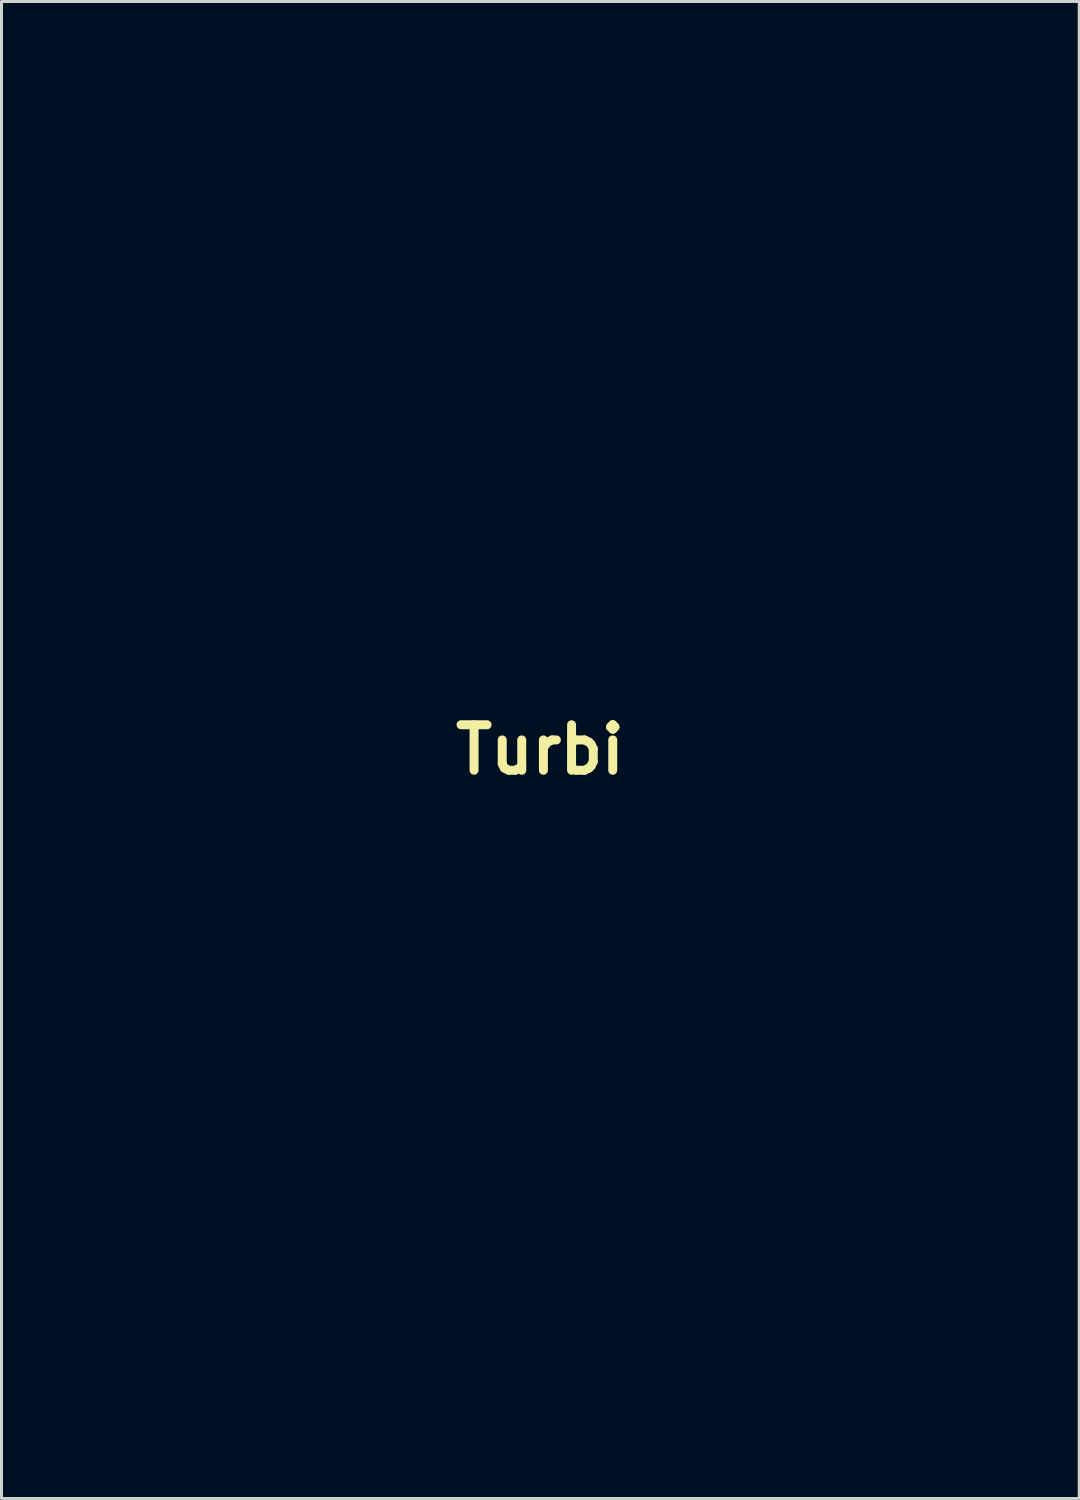
<source format=kicad_pcb>
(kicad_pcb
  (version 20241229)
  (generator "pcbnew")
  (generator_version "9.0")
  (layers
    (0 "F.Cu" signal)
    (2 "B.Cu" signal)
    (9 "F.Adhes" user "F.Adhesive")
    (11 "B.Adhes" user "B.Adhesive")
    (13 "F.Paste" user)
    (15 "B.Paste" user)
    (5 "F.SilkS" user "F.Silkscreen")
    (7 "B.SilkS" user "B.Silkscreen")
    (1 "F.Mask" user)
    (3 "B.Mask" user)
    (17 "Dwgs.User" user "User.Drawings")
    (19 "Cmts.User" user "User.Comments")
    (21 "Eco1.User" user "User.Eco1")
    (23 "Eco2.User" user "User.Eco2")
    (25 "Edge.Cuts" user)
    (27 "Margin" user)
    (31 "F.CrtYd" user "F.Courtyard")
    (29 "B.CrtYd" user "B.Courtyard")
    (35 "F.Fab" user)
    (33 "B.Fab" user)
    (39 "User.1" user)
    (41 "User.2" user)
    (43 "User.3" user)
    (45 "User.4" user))
  (footprint "Turbi"
    (layer "F.Cu")
    (at 15.04 22.057)
    (property "Reference" "Turbi" (at 0 0 0) (layer "F.SilkS") (effects (font (size 1.524 1.524) (thickness 0.3))))
    (attr through_hole)
    (fp_poly (pts (xy -10.596 17.59) (xy -10.375 17.654) (xy -10.171 17.749) (xy -9.986 17.873) (xy -9.822 18.021) (xy -9.682 18.192) (xy -9.566 18.38) (xy -9.478 18.585) (xy -9.42 18.801) (xy -9.394 19.026) (xy -9.401 19.257) (xy -9.445 19.49) (xy -9.526 19.723) (xy -9.574 19.823) (xy -9.695 20.012) (xy -9.851 20.185) (xy -10.035 20.336) (xy -10.242 20.46) (xy -10.441 20.545) (xy -10.553 20.574) (xy -10.692 20.595) (xy -10.844 20.608) (xy -10.995 20.611) (xy -11.131 20.603) (xy -11.187 20.596) (xy -11.414 20.536) (xy -11.629 20.439) (xy -11.829 20.307) (xy -12.007 20.147) (xy -12.159 19.96) (xy -12.281 19.752) (xy -12.356 19.569) (xy -12.414 19.327) (xy -12.429 19.142) (xy -12.352 19.142) (xy -12.341 19.306) (xy -12.316 19.451) (xy -12.302 19.502) (xy -12.209 19.728) (xy -12.084 19.933) (xy -11.932 20.115) (xy -11.755 20.269) (xy -11.559 20.392) (xy -11.347 20.481) (xy -11.124 20.532) (xy -11.123 20.532) (xy -10.971 20.542) (xy -10.805 20.537) (xy -10.641 20.517) (xy -10.498 20.485) (xy -10.471 20.477) (xy -10.239 20.376) (xy -10.032 20.242) (xy -9.852 20.077) (xy -9.701 19.883) (xy -9.581 19.662) (xy -9.521 19.502) (xy -9.49 19.37) (xy -9.474 19.212) (xy -9.471 19.044) (xy -9.482 18.879) (xy -9.506 18.732) (xy -9.52 18.68) (xy -9.599 18.473) (xy -9.704 18.291) (xy -9.84 18.121) (xy -9.894 18.065) (xy -10.055 17.922) (xy -10.22 17.811) (xy -10.405 17.724) (xy -10.488 17.694) (xy -10.559 17.672) (xy -10.625 17.657) (xy -10.699 17.648) (xy -10.793 17.644) (xy -10.911 17.643) (xy -11.034 17.644) (xy -11.127 17.648) (xy -11.2 17.657) (xy -11.267 17.672) (xy -11.335 17.694) (xy -11.532 17.774) (xy -11.704 17.874) (xy -11.864 18.003) (xy -11.929 18.065) (xy -12.077 18.233) (xy -12.192 18.41) (xy -12.278 18.607) (xy -12.303 18.68) (xy -12.333 18.814) (xy -12.349 18.974) (xy -12.352 19.142) (xy -12.429 19.142) (xy -12.433 19.086) (xy -12.415 18.85) (xy -12.361 18.624) (xy -12.274 18.409) (xy -12.157 18.211) (xy -12.011 18.032) (xy -11.839 17.877) (xy -11.644 17.748) (xy -11.427 17.65) (xy -11.191 17.586) (xy -11.079 17.569) (xy -10.831 17.561) (xy -10.596 17.59)) (stroke (width 0.01) (type solid)) (fill yes) (layer "F.Mask"))
    (fp_poly (pts (xy 11.351 17.52) (xy 11.58 17.583) (xy 11.795 17.679) (xy 11.993 17.807) (xy 12.17 17.965) (xy 12.323 18.151) (xy 12.447 18.363) (xy 12.534 18.584) (xy 12.555 18.66) (xy 12.57 18.731) (xy 12.578 18.81) (xy 12.582 18.908) (xy 12.583 19.029) (xy 12.581 19.155) (xy 12.577 19.249) (xy 12.568 19.324) (xy 12.554 19.391) (xy 12.533 19.461) (xy 12.532 19.463) (xy 12.428 19.713) (xy 12.295 19.934) (xy 12.134 20.123) (xy 11.945 20.28) (xy 11.729 20.406) (xy 11.515 20.489) (xy 11.425 20.51) (xy 11.307 20.527) (xy 11.175 20.539) (xy 11.041 20.546) (xy 10.92 20.546) (xy 10.837 20.539) (xy 10.746 20.521) (xy 10.633 20.487) (xy 10.513 20.444) (xy 10.4 20.397) (xy 10.369 20.382) (xy 10.176 20.262) (xy 10 20.108) (xy 9.846 19.926) (xy 9.719 19.721) (xy 9.624 19.499) (xy 9.609 19.452) (xy 9.578 19.312) (xy 9.561 19.148) (xy 9.558 18.975) (xy 9.562 18.906) (xy 9.629 18.906) (xy 9.63 19.143) (xy 9.633 19.171) (xy 9.677 19.41) (xy 9.756 19.627) (xy 9.871 19.828) (xy 10.025 20.016) (xy 10.064 20.055) (xy 10.254 20.218) (xy 10.46 20.342) (xy 10.677 20.428) (xy 10.869 20.468) (xy 11.02 20.478) (xy 11.186 20.472) (xy 11.348 20.451) (xy 11.488 20.417) (xy 11.489 20.417) (xy 11.727 20.32) (xy 11.935 20.193) (xy 12.114 20.034) (xy 12.265 19.845) (xy 12.388 19.624) (xy 12.468 19.42) (xy 12.502 19.273) (xy 12.518 19.103) (xy 12.517 18.924) (xy 12.497 18.752) (xy 12.469 18.627) (xy 12.376 18.391) (xy 12.25 18.179) (xy 12.091 17.993) (xy 11.902 17.835) (xy 11.685 17.707) (xy 11.515 17.636) (xy 11.376 17.6) (xy 11.213 17.578) (xy 11.041 17.572) (xy 10.875 17.581) (xy 10.774 17.597) (xy 10.547 17.666) (xy 10.337 17.77) (xy 10.149 17.905) (xy 9.985 18.068) (xy 9.848 18.253) (xy 9.741 18.457) (xy 9.667 18.677) (xy 9.629 18.906) (xy 9.562 18.906) (xy 9.569 18.806) (xy 9.593 18.657) (xy 9.609 18.595) (xy 9.705 18.356) (xy 9.834 18.139) (xy 9.991 17.949) (xy 10.173 17.788) (xy 10.378 17.659) (xy 10.602 17.566) (xy 10.626 17.559) (xy 10.871 17.506) (xy 11.114 17.494) (xy 11.351 17.52)) (stroke (width 0.01) (type solid)) (fill yes) (layer "F.Mask"))
    (fp_poly (pts (xy -10.771 -19.517) (xy -10.624 -19.494) (xy -10.552 -19.475) (xy -10.305 -19.373) (xy -10.086 -19.241) (xy -9.896 -19.081) (xy -9.737 -18.895) (xy -9.612 -18.686) (xy -9.521 -18.456) (xy -9.467 -18.206) (xy -9.463 -18.172) (xy -9.455 -17.925) (xy -9.485 -17.686) (xy -9.552 -17.46) (xy -9.651 -17.248) (xy -9.78 -17.055) (xy -9.936 -16.884) (xy -10.116 -16.739) (xy -10.318 -16.622) (xy -10.537 -16.538) (xy -10.773 -16.49) (xy -10.873 -16.482) (xy -10.98 -16.479) (xy -11.089 -16.48) (xy -11.181 -16.485) (xy -11.208 -16.488) (xy -11.412 -16.534) (xy -11.618 -16.616) (xy -11.815 -16.727) (xy -11.932 -16.812) (xy -12.109 -16.981) (xy -12.253 -17.171) (xy -12.362 -17.378) (xy -12.439 -17.597) (xy -12.481 -17.824) (xy -12.49 -18.055) (xy -12.488 -18.076) (xy -12.416 -18.076) (xy -12.414 -17.889) (xy -12.393 -17.712) (xy -12.364 -17.59) (xy -12.271 -17.356) (xy -12.143 -17.145) (xy -11.983 -16.961) (xy -11.794 -16.805) (xy -11.579 -16.681) (xy -11.393 -16.606) (xy -11.298 -16.581) (xy -11.186 -16.561) (xy -11.073 -16.547) (xy -10.975 -16.542) (xy -10.933 -16.544) (xy -10.873 -16.55) (xy -10.796 -16.558) (xy -10.76 -16.562) (xy -10.676 -16.577) (xy -10.58 -16.6) (xy -10.527 -16.616) (xy -10.296 -16.716) (xy -10.09 -16.85) (xy -9.912 -17.014) (xy -9.762 -17.209) (xy -9.643 -17.431) (xy -9.594 -17.558) (xy -9.569 -17.635) (xy -9.553 -17.702) (xy -9.543 -17.772) (xy -9.538 -17.856) (xy -9.536 -17.967) (xy -9.536 -18.002) (xy -9.537 -18.123) (xy -9.541 -18.213) (xy -9.55 -18.285) (xy -9.564 -18.352) (xy -9.587 -18.425) (xy -9.594 -18.447) (xy -9.694 -18.679) (xy -9.826 -18.886) (xy -9.986 -19.065) (xy -10.171 -19.214) (xy -10.378 -19.33) (xy -10.604 -19.41) (xy -10.82 -19.45) (xy -11.061 -19.456) (xy -11.295 -19.422) (xy -11.517 -19.351) (xy -11.724 -19.246) (xy -11.912 -19.109) (xy -12.077 -18.942) (xy -12.216 -18.748) (xy -12.324 -18.53) (xy -12.364 -18.415) (xy -12.399 -18.257) (xy -12.416 -18.076) (xy -12.488 -18.076) (xy -12.466 -18.284) (xy -12.408 -18.508) (xy -12.317 -18.723) (xy -12.191 -18.922) (xy -12.033 -19.103) (xy -11.932 -19.192) (xy -11.736 -19.327) (xy -11.515 -19.432) (xy -11.398 -19.474) (xy -11.264 -19.504) (xy -11.106 -19.522) (xy -10.937 -19.526) (xy -10.771 -19.517)) (stroke (width 0.01) (type solid)) (fill yes) (layer "F.Mask"))
    (fp_poly (pts (xy 11.147 -19.522) (xy 11.33 -19.5) (xy 11.464 -19.467) (xy 11.705 -19.369) (xy 11.92 -19.238) (xy 12.108 -19.075) (xy 12.267 -18.883) (xy 12.395 -18.662) (xy 12.49 -18.415) (xy 12.514 -18.329) (xy 12.528 -18.246) (xy 12.536 -18.15) (xy 12.539 -18.029) (xy 12.539 -18.002) (xy 12.537 -17.875) (xy 12.53 -17.776) (xy 12.517 -17.691) (xy 12.496 -17.607) (xy 12.49 -17.59) (xy 12.396 -17.348) (xy 12.27 -17.13) (xy 12.114 -16.937) (xy 11.932 -16.774) (xy 11.727 -16.643) (xy 11.5 -16.548) (xy 11.462 -16.536) (xy 11.333 -16.507) (xy 11.18 -16.487) (xy 11.02 -16.478) (xy 10.87 -16.481) (xy 10.784 -16.489) (xy 10.559 -16.542) (xy 10.341 -16.634) (xy 10.138 -16.758) (xy 9.956 -16.912) (xy 9.8 -17.09) (xy 9.677 -17.287) (xy 9.674 -17.293) (xy 9.61 -17.43) (xy 9.565 -17.55) (xy 9.536 -17.669) (xy 9.521 -17.8) (xy 9.515 -17.955) (xy 9.515 -18.002) (xy 9.581 -18.002) (xy 9.583 -17.879) (xy 9.589 -17.785) (xy 9.601 -17.707) (xy 9.62 -17.633) (xy 9.63 -17.6) (xy 9.723 -17.368) (xy 9.838 -17.168) (xy 9.98 -16.995) (xy 10.127 -16.861) (xy 10.332 -16.723) (xy 10.552 -16.624) (xy 10.783 -16.564) (xy 11.021 -16.545) (xy 11.264 -16.567) (xy 11.409 -16.6) (xy 11.635 -16.684) (xy 11.841 -16.804) (xy 12.024 -16.954) (xy 12.18 -17.132) (xy 12.307 -17.333) (xy 12.4 -17.554) (xy 12.457 -17.791) (xy 12.464 -17.843) (xy 12.471 -18.08) (xy 12.441 -18.308) (xy 12.374 -18.524) (xy 12.276 -18.727) (xy 12.148 -18.911) (xy 11.995 -19.074) (xy 11.82 -19.213) (xy 11.625 -19.324) (xy 11.414 -19.404) (xy 11.191 -19.45) (xy 10.958 -19.458) (xy 10.88 -19.452) (xy 10.647 -19.407) (xy 10.426 -19.326) (xy 10.221 -19.211) (xy 10.037 -19.067) (xy 9.88 -18.897) (xy 9.756 -18.705) (xy 9.742 -18.68) (xy 9.671 -18.523) (xy 9.623 -18.383) (xy 9.595 -18.243) (xy 9.582 -18.088) (xy 9.581 -18.002) (xy 9.515 -18.002) (xy 9.516 -18.129) (xy 9.519 -18.223) (xy 9.527 -18.297) (xy 9.539 -18.361) (xy 9.558 -18.426) (xy 9.565 -18.447) (xy 9.67 -18.696) (xy 9.804 -18.916) (xy 9.967 -19.105) (xy 10.158 -19.262) (xy 10.375 -19.388) (xy 10.604 -19.475) (xy 10.768 -19.51) (xy 10.954 -19.526) (xy 11.147 -19.522)) (stroke (width 0.01) (type solid)) (fill yes) (layer "F.Mask"))
    (fp_poly (pts (xy 11.531 -21.01) (xy 11.88 -20.93) (xy 12.222 -20.81) (xy 12.488 -20.684) (xy 12.788 -20.503) (xy 13.06 -20.292) (xy 13.304 -20.053) (xy 13.517 -19.791) (xy 13.7 -19.507) (xy 13.85 -19.206) (xy 13.966 -18.891) (xy 14.047 -18.564) (xy 14.091 -18.229) (xy 14.098 -17.889) (xy 14.066 -17.546) (xy 13.994 -17.205) (xy 13.967 -17.113) (xy 13.842 -16.78) (xy 13.683 -16.468) (xy 13.49 -16.179) (xy 13.268 -15.915) (xy 13.018 -15.679) (xy 12.743 -15.472) (xy 12.446 -15.297) (xy 12.13 -15.157) (xy 11.796 -15.052) (xy 11.448 -14.985) (xy 11.367 -14.976) (xy 11.229 -14.961) (xy 11.12 -14.952) (xy 11.028 -14.948) (xy 10.94 -14.95) (xy 10.843 -14.956) (xy 10.726 -14.967) (xy 10.645 -14.976) (xy 10.402 -15.015) (xy 10.138 -15.083) (xy 10.109 -15.091) (xy 9.777 -15.213) (xy 9.469 -15.369) (xy 9.184 -15.556) (xy 8.925 -15.771) (xy 8.693 -16.011) (xy 8.489 -16.274) (xy 8.316 -16.556) (xy 8.174 -16.855) (xy 8.065 -17.168) (xy 7.99 -17.493) (xy 7.952 -17.826) (xy 7.951 -18.106) (xy 8.072 -18.106) (xy 8.08 -17.772) (xy 8.127 -17.436) (xy 8.195 -17.166) (xy 8.313 -16.844) (xy 8.468 -16.541) (xy 8.654 -16.261) (xy 8.871 -16.005) (xy 9.114 -15.775) (xy 9.382 -15.575) (xy 9.671 -15.404) (xy 9.978 -15.267) (xy 10.301 -15.165) (xy 10.637 -15.1) (xy 10.983 -15.074) (xy 10.986 -15.074) (xy 11.063 -15.075) (xy 11.167 -15.081) (xy 11.285 -15.091) (xy 11.388 -15.101) (xy 11.722 -15.16) (xy 12.046 -15.258) (xy 12.357 -15.393) (xy 12.65 -15.563) (xy 12.922 -15.765) (xy 13.171 -15.998) (xy 13.392 -16.259) (xy 13.582 -16.545) (xy 13.616 -16.606) (xy 13.768 -16.924) (xy 13.878 -17.252) (xy 13.948 -17.588) (xy 13.977 -17.929) (xy 13.965 -18.272) (xy 13.91 -18.615) (xy 13.843 -18.868) (xy 13.721 -19.19) (xy 13.565 -19.489) (xy 13.378 -19.764) (xy 13.163 -20.015) (xy 12.923 -20.238) (xy 12.66 -20.433) (xy 12.378 -20.598) (xy 12.08 -20.731) (xy 11.768 -20.832) (xy 11.446 -20.898) (xy 11.117 -20.927) (xy 10.783 -20.919) (xy 10.447 -20.872) (xy 10.171 -20.802) (xy 9.842 -20.681) (xy 9.536 -20.527) (xy 9.255 -20.343) (xy 9.001 -20.131) (xy 8.773 -19.894) (xy 8.575 -19.635) (xy 8.407 -19.356) (xy 8.272 -19.062) (xy 8.17 -18.753) (xy 8.103 -18.434) (xy 8.072 -18.106) (xy 7.951 -18.106) (xy 7.951 -18.164) (xy 7.989 -18.506) (xy 8.067 -18.847) (xy 8.087 -18.912) (xy 8.213 -19.244) (xy 8.375 -19.555) (xy 8.571 -19.844) (xy 8.797 -20.108) (xy 9.052 -20.345) (xy 9.333 -20.551) (xy 9.637 -20.725) (xy 9.961 -20.864) (xy 10.107 -20.913) (xy 10.462 -20.999) (xy 10.82 -21.044) (xy 11.177 -21.048) (xy 11.531 -21.01)) (stroke (width 0.01) (type solid)) (fill yes) (layer "F.Mask"))
    (fp_poly (pts (xy -10.544 -21.02) (xy -10.194 -20.951) (xy -10.054 -20.912) (xy -9.722 -20.789) (xy -9.413 -20.632) (xy -9.129 -20.445) (xy -8.87 -20.23) (xy -8.638 -19.989) (xy -8.435 -19.725) (xy -8.262 -19.442) (xy -8.121 -19.142) (xy -8.013 -18.828) (xy -7.94 -18.503) (xy -7.903 -18.169) (xy -7.903 -17.829) (xy -7.943 -17.486) (xy -8.023 -17.143) (xy -8.034 -17.108) (xy -8.158 -16.775) (xy -8.317 -16.464) (xy -8.509 -16.175) (xy -8.731 -15.912) (xy -8.981 -15.677) (xy -9.255 -15.471) (xy -9.552 -15.296) (xy -9.869 -15.156) (xy -10.203 -15.051) (xy -10.552 -14.984) (xy -10.633 -14.975) (xy -10.769 -14.961) (xy -10.877 -14.952) (xy -10.969 -14.948) (xy -11.057 -14.95) (xy -11.156 -14.956) (xy -11.276 -14.968) (xy -11.352 -14.976) (xy -11.678 -15.032) (xy -12.002 -15.128) (xy -12.318 -15.26) (xy -12.62 -15.426) (xy -12.901 -15.623) (xy -12.93 -15.647) (xy -13.19 -15.883) (xy -13.416 -16.143) (xy -13.609 -16.423) (xy -13.767 -16.719) (xy -13.89 -17.028) (xy -13.978 -17.348) (xy -14.032 -17.674) (xy -14.049 -18.005) (xy -14.047 -18.044) (xy -13.927 -18.044) (xy -13.913 -17.716) (xy -13.858 -17.375) (xy -13.765 -17.049) (xy -13.637 -16.74) (xy -13.475 -16.45) (xy -13.282 -16.182) (xy -13.062 -15.937) (xy -12.815 -15.718) (xy -12.545 -15.528) (xy -12.253 -15.368) (xy -11.943 -15.24) (xy -11.616 -15.146) (xy -11.275 -15.09) (xy -11.018 -15.074) (xy -10.944 -15.074) (xy -10.843 -15.079) (xy -10.73 -15.087) (xy -10.648 -15.094) (xy -10.381 -15.136) (xy -10.104 -15.208) (xy -9.83 -15.307) (xy -9.575 -15.427) (xy -9.563 -15.434) (xy -9.264 -15.62) (xy -8.992 -15.837) (xy -8.75 -16.081) (xy -8.539 -16.349) (xy -8.362 -16.64) (xy -8.219 -16.95) (xy -8.113 -17.276) (xy -8.047 -17.616) (xy -8.036 -17.706) (xy -8.023 -17.838) (xy -8.017 -17.943) (xy -8.016 -18.04) (xy -8.021 -18.142) (xy -8.033 -18.266) (xy -8.036 -18.299) (xy -8.093 -18.64) (xy -8.186 -18.964) (xy -8.314 -19.27) (xy -8.473 -19.555) (xy -8.662 -19.819) (xy -8.877 -20.058) (xy -9.116 -20.272) (xy -9.376 -20.459) (xy -9.655 -20.618) (xy -9.949 -20.745) (xy -10.258 -20.841) (xy -10.577 -20.902) (xy -10.905 -20.928) (xy -11.238 -20.916) (xy -11.574 -20.865) (xy -11.843 -20.796) (xy -12.17 -20.674) (xy -12.475 -20.518) (xy -12.756 -20.331) (xy -13.012 -20.115) (xy -13.24 -19.875) (xy -13.439 -19.611) (xy -13.606 -19.327) (xy -13.741 -19.025) (xy -13.84 -18.709) (xy -13.903 -18.381) (xy -13.927 -18.044) (xy -14.047 -18.044) (xy -14.031 -18.336) (xy -13.977 -18.664) (xy -13.886 -18.987) (xy -13.759 -19.301) (xy -13.594 -19.603) (xy -13.392 -19.89) (xy -13.347 -19.945) (xy -13.105 -20.204) (xy -12.838 -20.431) (xy -12.549 -20.623) (xy -12.242 -20.781) (xy -11.92 -20.904) (xy -11.586 -20.99) (xy -11.243 -21.039) (xy -10.895 -21.049) (xy -10.544 -21.02)) (stroke (width 0.01) (type solid)) (fill yes) (layer "F.Mask"))
    (fp_poly (pts (xy -10.568 15.996) (xy -10.213 16.057) (xy -10.012 16.111) (xy -9.68 16.233) (xy -9.368 16.39) (xy -9.08 16.58) (xy -8.816 16.8) (xy -8.579 17.048) (xy -8.372 17.32) (xy -8.196 17.616) (xy -8.054 17.931) (xy -7.947 18.263) (xy -7.878 18.61) (xy -7.866 18.711) (xy -7.853 18.844) (xy -7.845 18.95) (xy -7.844 19.045) (xy -7.848 19.145) (xy -7.858 19.265) (xy -7.864 19.325) (xy -7.921 19.68) (xy -8.017 20.021) (xy -8.15 20.344) (xy -8.319 20.649) (xy -8.522 20.932) (xy -8.758 21.19) (xy -9.024 21.422) (xy -9.32 21.626) (xy -9.449 21.7) (xy -9.769 21.851) (xy -10.099 21.963) (xy -10.441 22.035) (xy -10.797 22.067) (xy -11.168 22.061) (xy -11.335 22.046) (xy -11.598 22.001) (xy -11.872 21.925) (xy -12.145 21.823) (xy -12.392 21.705) (xy -12.698 21.517) (xy -12.976 21.299) (xy -13.224 21.052) (xy -13.441 20.78) (xy -13.625 20.485) (xy -13.775 20.169) (xy -13.888 19.836) (xy -13.962 19.488) (xy -13.982 19.337) (xy -13.995 19.206) (xy -14.002 19.101) (xy -14.002 19.094) (xy -13.876 19.094) (xy -13.848 19.432) (xy -13.781 19.759) (xy -13.679 20.072) (xy -13.543 20.37) (xy -13.376 20.65) (xy -13.178 20.91) (xy -12.953 21.146) (xy -12.702 21.357) (xy -12.428 21.539) (xy -12.132 21.692) (xy -11.817 21.812) (xy -11.484 21.896) (xy -11.218 21.935) (xy -11.11 21.946) (xy -11.013 21.953) (xy -10.938 21.958) (xy -10.895 21.959) (xy -10.89 21.958) (xy -10.853 21.954) (xy -10.784 21.946) (xy -10.693 21.937) (xy -10.589 21.927) (xy -10.588 21.927) (xy -10.28 21.878) (xy -9.971 21.791) (xy -9.668 21.668) (xy -9.378 21.513) (xy -9.109 21.329) (xy -9.038 21.272) (xy -8.782 21.033) (xy -8.559 20.771) (xy -8.37 20.489) (xy -8.217 20.189) (xy -8.099 19.875) (xy -8.019 19.551) (xy -7.977 19.219) (xy -7.974 18.882) (xy -8.011 18.544) (xy -8.088 18.207) (xy -8.104 18.157) (xy -8.227 17.833) (xy -8.39 17.526) (xy -8.591 17.236) (xy -8.647 17.167) (xy -8.886 16.911) (xy -9.15 16.688) (xy -9.434 16.5) (xy -9.737 16.346) (xy -10.054 16.228) (xy -10.382 16.148) (xy -10.719 16.105) (xy -11.061 16.101) (xy -11.404 16.137) (xy -11.746 16.213) (xy -11.816 16.234) (xy -12.136 16.355) (xy -12.438 16.512) (xy -12.717 16.701) (xy -12.972 16.92) (xy -13.2 17.165) (xy -13.4 17.433) (xy -13.568 17.723) (xy -13.702 18.03) (xy -13.799 18.351) (xy -13.858 18.685) (xy -13.865 18.748) (xy -13.876 19.094) (xy -14.002 19.094) (xy -14.004 19.009) (xy -14.001 18.916) (xy -13.992 18.806) (xy -13.981 18.702) (xy -13.923 18.347) (xy -13.826 18.007) (xy -13.691 17.683) (xy -13.519 17.378) (xy -13.311 17.094) (xy -13.068 16.834) (xy -12.883 16.67) (xy -12.592 16.459) (xy -12.282 16.286) (xy -11.958 16.15) (xy -11.621 16.053) (xy -11.275 15.994) (xy -10.923 15.975) (xy -10.568 15.996)) (stroke (width 0.01) (type solid)) (fill yes) (layer "F.Mask"))
    (fp_poly (pts (xy 11.504 16.005) (xy 11.856 16.075) (xy 11.98 16.11) (xy 12.313 16.232) (xy 12.627 16.39) (xy 12.918 16.581) (xy 13.185 16.804) (xy 13.425 17.055) (xy 13.635 17.332) (xy 13.812 17.633) (xy 13.955 17.954) (xy 14.005 18.098) (xy 14.047 18.235) (xy 14.078 18.356) (xy 14.101 18.477) (xy 14.12 18.614) (xy 14.13 18.708) (xy 14.143 18.84) (xy 14.151 18.944) (xy 14.154 19.034) (xy 14.151 19.123) (xy 14.142 19.227) (xy 14.13 19.347) (xy 14.072 19.694) (xy 13.976 20.027) (xy 13.845 20.343) (xy 13.68 20.64) (xy 13.485 20.916) (xy 13.261 21.168) (xy 13.012 21.394) (xy 12.739 21.591) (xy 12.444 21.757) (xy 12.132 21.89) (xy 11.802 21.987) (xy 11.462 22.045) (xy 11.297 22.062) (xy 11.156 22.07) (xy 11.023 22.071) (xy 10.883 22.065) (xy 10.721 22.05) (xy 10.668 22.045) (xy 10.346 21.989) (xy 10.027 21.894) (xy 9.717 21.761) (xy 9.421 21.594) (xy 9.142 21.396) (xy 8.886 21.168) (xy 8.699 20.963) (xy 8.489 20.679) (xy 8.316 20.378) (xy 8.181 20.064) (xy 8.082 19.739) (xy 8.021 19.407) (xy 8.005 19.183) (xy 8.122 19.183) (xy 8.163 19.525) (xy 8.245 19.866) (xy 8.253 19.89) (xy 8.376 20.212) (xy 8.534 20.514) (xy 8.725 20.793) (xy 8.947 21.048) (xy 9.195 21.276) (xy 9.468 21.474) (xy 9.762 21.642) (xy 10.075 21.776) (xy 10.404 21.873) (xy 10.747 21.933) (xy 10.784 21.937) (xy 10.891 21.947) (xy 10.986 21.954) (xy 11.058 21.958) (xy 11.099 21.959) (xy 11.102 21.958) (xy 11.139 21.954) (xy 11.208 21.947) (xy 11.299 21.938) (xy 11.398 21.929) (xy 11.714 21.879) (xy 12.028 21.791) (xy 12.336 21.665) (xy 12.629 21.506) (xy 12.902 21.316) (xy 12.95 21.278) (xy 13.206 21.041) (xy 13.429 20.782) (xy 13.618 20.503) (xy 13.772 20.207) (xy 13.89 19.899) (xy 13.972 19.58) (xy 14.017 19.254) (xy 14.025 18.925) (xy 13.995 18.595) (xy 13.927 18.268) (xy 13.818 17.946) (xy 13.671 17.634) (xy 13.666 17.626) (xy 13.481 17.332) (xy 13.266 17.067) (xy 13.025 16.83) (xy 12.76 16.625) (xy 12.475 16.451) (xy 12.174 16.31) (xy 11.858 16.204) (xy 11.532 16.133) (xy 11.199 16.1) (xy 10.861 16.104) (xy 10.522 16.149) (xy 10.189 16.232) (xy 9.864 16.356) (xy 9.558 16.515) (xy 9.274 16.707) (xy 9.015 16.929) (xy 8.784 17.179) (xy 8.583 17.453) (xy 8.416 17.75) (xy 8.284 18.065) (xy 8.255 18.152) (xy 8.169 18.496) (xy 8.124 18.84) (xy 8.122 19.183) (xy 8.005 19.183) (xy 7.997 19.071) (xy 8.01 18.735) (xy 8.061 18.402) (xy 8.148 18.075) (xy 8.273 17.757) (xy 8.435 17.452) (xy 8.634 17.162) (xy 8.695 17.087) (xy 8.938 16.826) (xy 9.206 16.598) (xy 9.495 16.404) (xy 9.802 16.245) (xy 10.125 16.122) (xy 10.459 16.035) (xy 10.803 15.986) (xy 11.152 15.976) (xy 11.504 16.005)) (stroke (width 0.01) (type solid)) (fill yes) (layer "F.Mask"))
    (fp_poly (pts (xy -5.267 -22.052) (xy -4.685 -22.052) (xy -4.068 -22.052) (xy -3.415 -22.052) (xy -2.724 -22.052) (xy -1.995 -22.051) (xy -1.226 -22.051) (xy -0.416 -22.05) (xy 0.127 -22.05) (xy 0.96 -22.05) (xy 1.752 -22.049) (xy 2.503 -22.049) (xy 3.216 -22.048) (xy 3.89 -22.048) (xy 4.527 -22.048) (xy 5.129 -22.047) (xy 5.695 -22.047) (xy 6.227 -22.046) (xy 6.727 -22.046) (xy 7.195 -22.045) (xy 7.632 -22.044) (xy 8.04 -22.044) (xy 8.419 -22.043) (xy 8.77 -22.042) (xy 9.096 -22.042) (xy 9.395 -22.041) (xy 9.671 -22.04) (xy 9.923 -22.039) (xy 10.153 -22.038) (xy 10.361 -22.037) (xy 10.55 -22.036) (xy 10.72 -22.035) (xy 10.871 -22.034) (xy 11.006 -22.032) (xy 11.125 -22.031) (xy 11.229 -22.029) (xy 11.319 -22.028) (xy 11.397 -22.026) (xy 11.463 -22.024) (xy 11.518 -22.022) (xy 11.564 -22.02) (xy 11.601 -22.018) (xy 11.632 -22.016) (xy 11.655 -22.014) (xy 11.674 -22.011) (xy 11.684 -22.009) (xy 12.003 -21.939) (xy 12.295 -21.854) (xy 12.574 -21.751) (xy 12.766 -21.667) (xy 13.111 -21.484) (xy 13.439 -21.264) (xy 13.747 -21.011) (xy 14.029 -20.729) (xy 14.283 -20.421) (xy 14.505 -20.091) (xy 14.647 -19.834) (xy 14.776 -19.548) (xy 14.882 -19.247) (xy 14.965 -18.942) (xy 15.021 -18.642) (xy 15.047 -18.356) (xy 15.049 -18.262) (xy 15.049 -18.167) (xy 15.047 -18.107) (xy 15.04 -18.073) (xy 15.028 -18.059) (xy 15.008 -18.055) (xy 15 -18.055) (xy 14.977 -18.057) (xy 14.962 -18.068) (xy 14.952 -18.096) (xy 14.945 -18.148) (xy 14.938 -18.233) (xy 14.935 -18.272) (xy 14.888 -18.686) (xy 14.802 -19.081) (xy 14.678 -19.458) (xy 14.516 -19.817) (xy 14.316 -20.158) (xy 14.077 -20.481) (xy 13.8 -20.787) (xy 13.797 -20.789) (xy 13.499 -21.059) (xy 13.178 -21.294) (xy 12.834 -21.493) (xy 12.467 -21.658) (xy 12.076 -21.788) (xy 11.661 -21.884) (xy 11.568 -21.901) (xy 11.549 -21.904) (xy 11.529 -21.906) (xy 11.506 -21.909) (xy 11.478 -21.911) (xy 11.445 -21.913) (xy 11.405 -21.916) (xy 11.358 -21.918) (xy 11.303 -21.92) (xy 11.238 -21.921) (xy 11.162 -21.923) (xy 11.074 -21.925) (xy 10.973 -21.926) (xy 10.859 -21.927) (xy 10.729 -21.929) (xy 10.583 -21.93) (xy 10.42 -21.931) (xy 10.239 -21.932) (xy 10.038 -21.933) (xy 9.817 -21.934) (xy 9.575 -21.934) (xy 9.31 -21.935) (xy 9.021 -21.936) (xy 8.708 -21.936) (xy 8.368 -21.937) (xy 8.002 -21.937) (xy 7.608 -21.938) (xy 7.185 -21.938) (xy 6.732 -21.938) (xy 6.247 -21.938) (xy 5.73 -21.939) (xy 5.18 -21.939) (xy 4.596 -21.939) (xy 3.976 -21.939) (xy 3.319 -21.939) (xy 2.625 -21.939) (xy 1.892 -21.939) (xy 1.119 -21.939) (xy 0.305 -21.939) (xy 0.021 -21.939) (xy -0.807 -21.939) (xy -1.595 -21.939) (xy -2.342 -21.939) (xy -3.05 -21.939) (xy -3.719 -21.939) (xy -4.352 -21.939) (xy -4.949 -21.939) (xy -5.512 -21.939) (xy -6.04 -21.938) (xy -6.536 -21.938) (xy -7 -21.938) (xy -7.434 -21.938) (xy -7.838 -21.937) (xy -8.214 -21.937) (xy -8.563 -21.936) (xy -8.886 -21.936) (xy -9.183 -21.935) (xy -9.456 -21.935) (xy -9.707 -21.934) (xy -9.935 -21.933) (xy -10.143 -21.932) (xy -10.33 -21.931) (xy -10.5 -21.93) (xy -10.651 -21.929) (xy -10.786 -21.928) (xy -10.906 -21.926) (xy -11.011 -21.925) (xy -11.103 -21.923) (xy -11.182 -21.922) (xy -11.251 -21.92) (xy -11.309 -21.918) (xy -11.358 -21.916) (xy -11.4 -21.914) (xy -11.434 -21.912) (xy -11.463 -21.909) (xy -11.487 -21.907) (xy -11.508 -21.904) (xy -11.523 -21.902) (xy -11.647 -21.88) (xy -11.784 -21.852) (xy -11.913 -21.824) (xy -11.96 -21.812) (xy -12.345 -21.693) (xy -12.711 -21.537) (xy -13.058 -21.346) (xy -13.383 -21.122) (xy -13.683 -20.867) (xy -13.957 -20.583) (xy -14.2 -20.273) (xy -14.412 -19.938) (xy -14.59 -19.581) (xy -14.668 -19.389) (xy -14.744 -19.16) (xy -14.807 -18.92) (xy -14.856 -18.679) (xy -14.888 -18.449) (xy -14.901 -18.243) (xy -14.901 -18.23) (xy -14.901 -18.055) (xy -15.035 -18.055) (xy -15.02 -18.293) (xy -14.975 -18.699) (xy -14.892 -19.091) (xy -14.771 -19.468) (xy -14.615 -19.827) (xy -14.426 -20.166) (xy -14.206 -20.484) (xy -13.955 -20.779) (xy -13.677 -21.048) (xy -13.374 -21.29) (xy -13.046 -21.502) (xy -12.696 -21.683) (xy -12.325 -21.831) (xy -11.937 -21.944) (xy -11.531 -22.02) (xy -11.504 -22.023) (xy -11.482 -22.026) (xy -11.455 -22.028) (xy -11.42 -22.03) (xy -11.378 -22.032) (xy -11.327 -22.034) (xy -11.267 -22.036) (xy -11.195 -22.038) (xy -11.111 -22.039) (xy -11.013 -22.041) (xy -10.902 -22.042) (xy -10.776 -22.044) (xy -10.633 -22.045) (xy -10.472 -22.046) (xy -10.294 -22.047) (xy -10.096 -22.048) (xy -9.877 -22.049) (xy -9.637 -22.049) (xy -9.374 -22.05) (xy -9.087 -22.05) (xy -8.776 -22.051) (xy -8.438 -22.051) (xy -8.074 -22.052) (xy -7.682 -22.052) (xy -7.262 -22.052) (xy -6.811 -22.052) (xy -6.328 -22.052) (xy -5.814 -22.052) (xy -5.267 -22.052)) (stroke (width 0.01) (type solid)) (fill yes) (layer "F.Mask"))
    (fp_poly (pts (xy -1.004 -19.15) (xy -0.866 -19.118) (xy -0.749 -19.051) (xy -0.652 -18.949) (xy -0.571 -18.808) (xy -0.569 -18.804) (xy -0.51 -18.674) (xy -0.525 -17.444) (xy -0.54 -16.214) (xy 0.101 -16.214) (xy 0.741 -16.214) (xy 0.741 -16.674) (xy 0.741 -16.808) (xy 0.743 -16.975) (xy 0.746 -17.167) (xy 0.751 -17.374) (xy 0.756 -17.587) (xy 0.761 -17.798) (xy 0.765 -17.928) (xy 0.79 -18.722) (xy 0.859 -18.831) (xy 0.949 -18.949) (xy 1.05 -19.03) (xy 1.168 -19.077) (xy 1.311 -19.095) (xy 1.344 -19.095) (xy 1.479 -19.085) (xy 1.585 -19.053) (xy 1.671 -18.996) (xy 1.711 -18.956) (xy 1.747 -18.91) (xy 1.775 -18.864) (xy 1.794 -18.81) (xy 1.806 -18.743) (xy 1.812 -18.656) (xy 1.811 -18.545) (xy 1.806 -18.402) (xy 1.798 -18.258) (xy 1.788 -18.062) (xy 1.783 -17.883) (xy 1.783 -17.706) (xy 1.788 -17.517) (xy 1.796 -17.314) (xy 1.803 -17.15) (xy 1.81 -16.979) (xy 1.815 -16.813) (xy 1.819 -16.662) (xy 1.82 -16.54) (xy 1.82 -16.515) (xy 1.82 -16.214) (xy 3.154 -16.214) (xy 3.154 -15.092) (xy 2.625 -15.092) (xy 2.625 -12.303) (xy 2.625 -11.889) (xy 2.624 -11.515) (xy 2.624 -11.179) (xy 2.624 -10.878) (xy 2.623 -10.61) (xy 2.622 -10.373) (xy 2.62 -10.164) (xy 2.618 -9.981) (xy 2.616 -9.822) (xy 2.612 -9.684) (xy 2.608 -9.566) (xy 2.603 -9.464) (xy 2.597 -9.377) (xy 2.59 -9.301) (xy 2.582 -9.236) (xy 2.573 -9.178) (xy 2.562 -9.125) (xy 2.551 -9.075) (xy 2.538 -9.025) (xy 2.523 -8.973) (xy 2.51 -8.929) (xy 2.403 -8.637) (xy 2.259 -8.358) (xy 2.082 -8.097) (xy 1.874 -7.859) (xy 1.641 -7.648) (xy 1.385 -7.469) (xy 1.291 -7.415) (xy 1.143 -7.334) (xy 1.143 -6.567) (xy 1.143 -5.8) (xy 6.392 -5.8) (xy 6.392 6.816) (xy 1.143 6.816) (xy 1.143 14.986) (xy 2.731 14.986) (xy 2.731 17.251) (xy 1.778 17.251) (xy 1.778 19.812) (xy 0.699 19.812) (xy 0.699 17.251) (xy -0.572 17.251) (xy -0.572 19.812) (xy -0.757 19.807) (xy -0.844 19.805) (xy -0.961 19.803) (xy -1.095 19.8) (xy -1.233 19.797) (xy -1.296 19.796) (xy -1.651 19.79) (xy -1.651 17.251) (xy -2.603 17.251) (xy -2.603 15.092) (xy -2.477 15.092) (xy -2.477 17.124) (xy -1.545 17.124) (xy -1.545 19.662) (xy -1.434 19.669) (xy -1.372 19.672) (xy -1.279 19.676) (xy -1.166 19.678) (xy -1.045 19.681) (xy -1.011 19.681) (xy -0.699 19.685) (xy -0.699 17.124) (xy 0.826 17.124) (xy 0.826 19.685) (xy 1.651 19.685) (xy 1.651 17.124) (xy 2.603 17.124) (xy 2.603 15.092) (xy 1.016 15.092) (xy 1.016 6.816) (xy -0.868 6.816) (xy -0.868 15.092) (xy -2.477 15.092) (xy -2.603 15.092) (xy -2.603 14.986) (xy -0.995 14.986) (xy -0.995 6.816) (xy -6.244 6.816) (xy -6.244 -5.673) (xy -6.117 -5.673) (xy -6.117 6.71) (xy 6.265 6.71) (xy 6.265 -5.673) (xy -6.117 -5.673) (xy -6.244 -5.673) (xy -6.244 -5.8) (xy -0.995 -5.8) (xy -0.995 -7.341) (xy -1.117 -7.409) (xy -1.397 -7.59) (xy -1.653 -7.804) (xy -1.88 -8.047) (xy -1.966 -8.157) (xy -2.094 -8.356) (xy -2.21 -8.587) (xy -2.31 -8.839) (xy -2.388 -9.103) (xy -2.417 -9.226) (xy -2.42 -9.259) (xy -2.424 -9.32) (xy -2.427 -9.41) (xy -2.43 -9.529) (xy -2.433 -9.68) (xy -2.436 -9.864) (xy -2.438 -10.081) (xy -2.44 -10.334) (xy -2.442 -10.622) (xy -2.444 -10.948) (xy -2.446 -11.313) (xy -2.447 -11.717) (xy -2.449 -12.162) (xy -2.449 -12.218) (xy -2.457 -15.092) (xy -2.963 -15.092) (xy -2.963 -16.108) (xy -2.857 -16.108) (xy -2.857 -15.198) (xy -2.328 -15.198) (xy -2.328 -12.345) (xy -2.328 -11.927) (xy -2.328 -11.549) (xy -2.328 -11.209) (xy -2.328 -10.904) (xy -2.327 -10.632) (xy -2.326 -10.392) (xy -2.324 -10.18) (xy -2.322 -9.994) (xy -2.32 -9.832) (xy -2.317 -9.692) (xy -2.313 -9.572) (xy -2.308 -9.469) (xy -2.302 -9.381) (xy -2.295 -9.305) (xy -2.287 -9.24) (xy -2.278 -9.183) (xy -2.268 -9.132) (xy -2.256 -9.084) (xy -2.243 -9.037) (xy -2.229 -8.99) (xy -2.213 -8.939) (xy -2.21 -8.929) (xy -2.101 -8.646) (xy -1.957 -8.379) (xy -1.783 -8.132) (xy -1.582 -7.909) (xy -1.359 -7.715) (xy -1.116 -7.555) (xy -1.028 -7.508) (xy -0.868 -7.427) (xy -0.868 -5.8) (xy 1.016 -5.8) (xy 1.016 -7.422) (xy 1.127 -7.474) (xy 1.262 -7.545) (xy 1.41 -7.64) (xy 1.559 -7.749) (xy 1.696 -7.862) (xy 1.773 -7.935) (xy 1.987 -8.181) (xy 2.166 -8.449) (xy 2.308 -8.738) (xy 2.413 -9.047) (xy 2.466 -9.286) (xy 2.471 -9.317) (xy 2.475 -9.356) (xy 2.478 -9.406) (xy 2.482 -9.469) (xy 2.485 -9.546) (xy 2.487 -9.64) (xy 2.489 -9.754) (xy 2.491 -9.888) (xy 2.493 -10.046) (xy 2.494 -10.23) (xy 2.495 -10.441) (xy 2.496 -10.682) (xy 2.497 -10.955) (xy 2.497 -11.262) (xy 2.497 -11.605) (xy 2.498 -11.987) (xy 2.498 -12.332) (xy 2.498 -15.198) (xy 3.027 -15.198) (xy 3.027 -16.097) (xy 2.36 -16.09) (xy 1.693 -16.083) (xy 1.693 -16.616) (xy 1.692 -16.78) (xy 1.689 -16.947) (xy 1.685 -17.106) (xy 1.68 -17.247) (xy 1.673 -17.362) (xy 1.669 -17.406) (xy 1.661 -17.513) (xy 1.657 -17.625) (xy 1.657 -17.752) (xy 1.66 -17.901) (xy 1.667 -18.079) (xy 1.672 -18.193) (xy 1.68 -18.359) (xy 1.686 -18.488) (xy 1.689 -18.587) (xy 1.689 -18.66) (xy 1.686 -18.714) (xy 1.681 -18.753) (xy 1.672 -18.784) (xy 1.666 -18.801) (xy 1.609 -18.884) (xy 1.527 -18.942) (xy 1.426 -18.975) (xy 1.316 -18.98) (xy 1.206 -18.957) (xy 1.103 -18.905) (xy 1.069 -18.878) (xy 1.027 -18.84) (xy 0.993 -18.806) (xy 0.966 -18.769) (xy 0.945 -18.727) (xy 0.929 -18.672) (xy 0.918 -18.6) (xy 0.909 -18.506) (xy 0.902 -18.386) (xy 0.895 -18.233) (xy 0.888 -18.043) (xy 0.888 -18.042) (xy 0.882 -17.841) (xy 0.875 -17.611) (xy 0.868 -17.368) (xy 0.862 -17.127) (xy 0.856 -16.901) (xy 0.853 -16.759) (xy 0.841 -16.108) (xy -0.663 -16.108) (xy -0.648 -17.384) (xy -0.633 -18.66) (xy -0.692 -18.774) (xy -0.74 -18.849) (xy -0.797 -18.919) (xy -0.831 -18.951) (xy -0.93 -19.005) (xy -1.042 -19.026) (xy -1.16 -19.015) (xy -1.273 -18.973) (xy -1.373 -18.902) (xy -1.431 -18.836) (xy -1.454 -18.8) (xy -1.471 -18.765) (xy -1.483 -18.724) (xy -1.492 -18.667) (xy -1.499 -18.587) (xy -1.505 -18.476) (xy -1.508 -18.428) (xy -1.511 -18.339) (xy -1.513 -18.214) (xy -1.515 -18.059) (xy -1.515 -17.88) (xy -1.515 -17.683) (xy -1.514 -17.473) (xy -1.512 -17.258) (xy -1.511 -17.108) (xy -1.497 -16.108) (xy -2.857 -16.108) (xy -2.963 -16.108) (xy -2.963 -16.214) (xy -1.633 -16.214) (xy -1.633 -17.436) (xy -1.633 -17.661) (xy -1.632 -17.876) (xy -1.631 -18.075) (xy -1.63 -18.254) (xy -1.628 -18.411) (xy -1.626 -18.54) (xy -1.623 -18.637) (xy -1.621 -18.7) (xy -1.618 -18.722) (xy -1.564 -18.86) (xy -1.477 -18.977) (xy -1.364 -19.067) (xy -1.232 -19.127) (xy -1.086 -19.152) (xy -1.004 -19.15)) (stroke (width 0.01) (type solid)) (fill yes) (layer "F.Mask")))
  (gr_rect
    (start -3 -3)
    (end 33.094 47.134)
    (stroke (width 0.1) (type default))
    (fill no)
    (layer "Edge.Cuts")))
</source>
